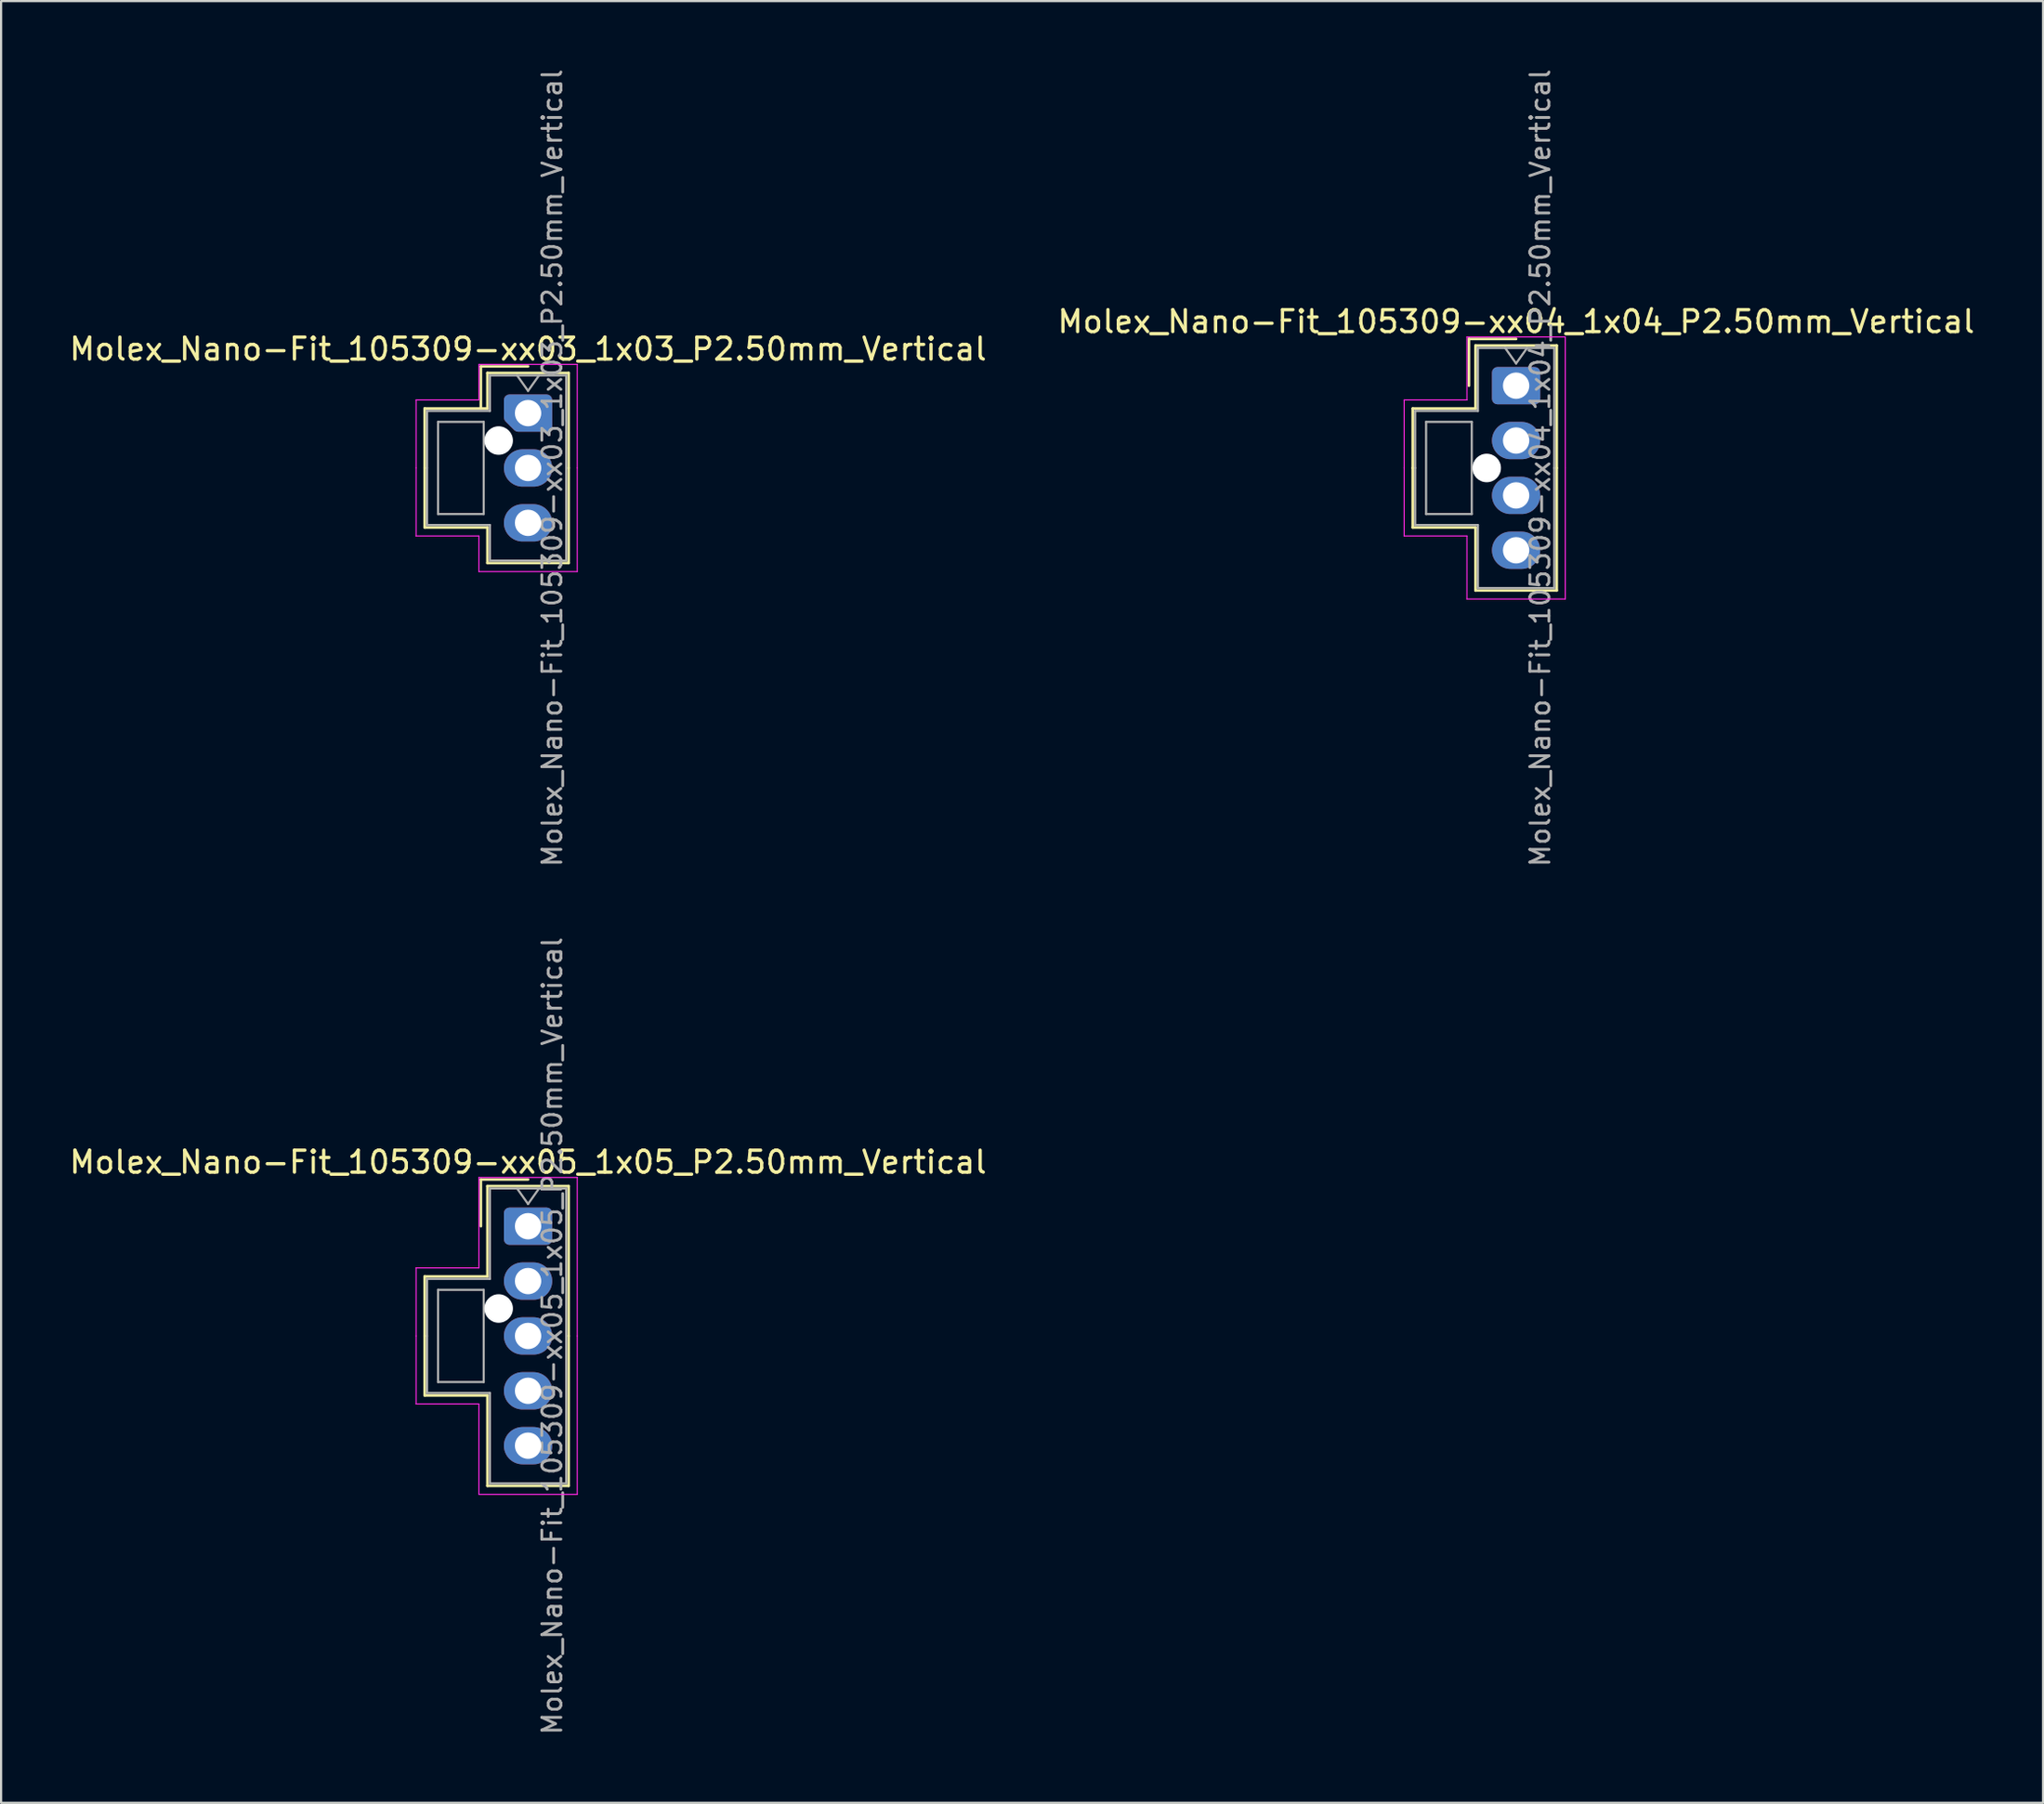
<source format=kicad_pcb>
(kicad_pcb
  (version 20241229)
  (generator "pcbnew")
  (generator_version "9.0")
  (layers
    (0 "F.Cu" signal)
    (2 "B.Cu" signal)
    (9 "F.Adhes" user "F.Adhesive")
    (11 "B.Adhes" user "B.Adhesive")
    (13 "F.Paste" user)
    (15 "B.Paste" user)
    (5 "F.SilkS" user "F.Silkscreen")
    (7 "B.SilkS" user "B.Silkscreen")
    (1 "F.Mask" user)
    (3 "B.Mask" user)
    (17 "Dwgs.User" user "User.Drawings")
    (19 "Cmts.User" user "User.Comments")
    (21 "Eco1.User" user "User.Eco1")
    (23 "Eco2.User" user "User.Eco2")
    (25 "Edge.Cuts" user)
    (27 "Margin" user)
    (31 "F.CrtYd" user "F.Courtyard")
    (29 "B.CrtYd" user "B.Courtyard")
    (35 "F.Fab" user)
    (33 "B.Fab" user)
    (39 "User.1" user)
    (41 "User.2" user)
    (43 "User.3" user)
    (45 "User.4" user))
  (footprint "Molex_Nano-Fit_105309-xx05_1x05_P2.50mm_Vertical"
    (layer "F.Cu")
    (at 21.006 52.823)
    (property "Reference" "Molex_Nano-Fit_105309-xx05_1x05_P2.50mm_Vertical" (at 0 -2.92 0) (layer "F.SilkS") (effects (font (size 1 1) (thickness 0.15))))
    (attr through_hole)
    (fp_line (start -4.71 2.29) (end -4.71 5) (stroke (width 0.12) (type solid)) (layer "F.SilkS"))
    (fp_line (start -4.71 7.71) (end -4.71 5) (stroke (width 0.12) (type solid)) (layer "F.SilkS"))
    (fp_line (start -2.15 -2.13) (end -2.15 0) (stroke (width 0.12) (type solid)) (layer "F.SilkS"))
    (fp_line (start -1.85 -1.83) (end -1.85 2.29) (stroke (width 0.12) (type solid)) (layer "F.SilkS"))
    (fp_line (start -1.85 2.29) (end -4.71 2.29) (stroke (width 0.12) (type solid)) (layer "F.SilkS"))
    (fp_line (start -1.85 7.71) (end -4.71 7.71) (stroke (width 0.12) (type solid)) (layer "F.SilkS"))
    (fp_line (start -1.85 11.83) (end -1.85 7.71) (stroke (width 0.12) (type solid)) (layer "F.SilkS"))
    (fp_line (start 0 -2.13) (end -2.15 -2.13) (stroke (width 0.12) (type solid)) (layer "F.SilkS"))
    (fp_line (start 1.85 -1.83) (end -1.85 -1.83) (stroke (width 0.12) (type solid)) (layer "F.SilkS"))
    (fp_line (start 1.85 5) (end 1.85 -1.83) (stroke (width 0.12) (type solid)) (layer "F.SilkS"))
    (fp_line (start 1.85 5) (end 1.85 11.83) (stroke (width 0.12) (type solid)) (layer "F.SilkS"))
    (fp_line (start 1.85 11.83) (end -1.85 11.83) (stroke (width 0.12) (type solid)) (layer "F.SilkS"))
    (fp_line (start -5.1 1.9) (end -5.1 5) (stroke (width 0.05) (type solid)) (layer "F.CrtYd"))
    (fp_line (start -5.1 8.1) (end -5.1 5) (stroke (width 0.05) (type solid)) (layer "F.CrtYd"))
    (fp_line (start -2.24 -2.22) (end -2.24 1.9) (stroke (width 0.05) (type solid)) (layer "F.CrtYd"))
    (fp_line (start -2.24 1.9) (end -5.1 1.9) (stroke (width 0.05) (type solid)) (layer "F.CrtYd"))
    (fp_line (start -2.24 8.1) (end -5.1 8.1) (stroke (width 0.05) (type solid)) (layer "F.CrtYd"))
    (fp_line (start -2.24 12.22) (end -2.24 8.1) (stroke (width 0.05) (type solid)) (layer "F.CrtYd"))
    (fp_line (start 2.24 -2.22) (end -2.24 -2.22) (stroke (width 0.05) (type solid)) (layer "F.CrtYd"))
    (fp_line (start 2.24 5) (end 2.24 -2.22) (stroke (width 0.05) (type solid)) (layer "F.CrtYd"))
    (fp_line (start 2.24 5) (end 2.24 12.22) (stroke (width 0.05) (type solid)) (layer "F.CrtYd"))
    (fp_line (start 2.24 12.22) (end -2.24 12.22) (stroke (width 0.05) (type solid)) (layer "F.CrtYd"))
    (fp_line (start -4.6 2.4) (end -4.6 5) (stroke (width 0.1) (type solid)) (layer "F.Fab"))
    (fp_line (start -4.6 7.6) (end -4.6 5) (stroke (width 0.1) (type solid)) (layer "F.Fab"))
    (fp_line (start -4.1 2.9) (end -4.1 7.1) (stroke (width 0.1) (type solid)) (layer "F.Fab"))
    (fp_line (start -4.1 7.1) (end -2.02 7.1) (stroke (width 0.1) (type solid)) (layer "F.Fab"))
    (fp_line (start -2.02 2.9) (end -4.1 2.9) (stroke (width 0.1) (type solid)) (layer "F.Fab"))
    (fp_line (start -2.02 7.1) (end -2.02 2.9) (stroke (width 0.1) (type solid)) (layer "F.Fab"))
    (fp_line (start -1.74 -1.72) (end -1.74 2.4) (stroke (width 0.1) (type solid)) (layer "F.Fab"))
    (fp_line (start -1.74 2.4) (end -4.6 2.4) (stroke (width 0.1) (type solid)) (layer "F.Fab"))
    (fp_line (start -1.74 7.6) (end -4.6 7.6) (stroke (width 0.1) (type solid)) (layer "F.Fab"))
    (fp_line (start -1.74 11.72) (end -1.74 7.6) (stroke (width 0.1) (type solid)) (layer "F.Fab"))
    (fp_line (start -0.5 -1.72) (end 0 -1.013) (stroke (width 0.1) (type solid)) (layer "F.Fab"))
    (fp_line (start 0 -1.013) (end 0.5 -1.72) (stroke (width 0.1) (type solid)) (layer "F.Fab"))
    (fp_line (start 1.74 -1.72) (end -1.74 -1.72) (stroke (width 0.1) (type solid)) (layer "F.Fab"))
    (fp_line (start 1.74 5) (end 1.74 -1.72) (stroke (width 0.1) (type solid)) (layer "F.Fab"))
    (fp_line (start 1.74 5) (end 1.74 11.72) (stroke (width 0.1) (type solid)) (layer "F.Fab"))
    (fp_line (start 1.74 11.72) (end -1.74 11.72) (stroke (width 0.1) (type solid)) (layer "F.Fab"))
    (fp_text user "${REFERENCE}" (at 1.1 5 90) (layer "F.Fab") (effects (font (size 0.87 0.87) (thickness 0.13))))
    (pad "" np_thru_hole circle (at -1.34 3.75) (size 1.3 1.3) (drill 1.3) (layers "*.Cu" "*.Mask"))
    (pad "1" thru_hole roundrect (at 0 0) (size 2.2 1.7) (drill 1.2) (layers "*.Cu" "*.Mask") (roundrect_rratio 0.147))
    (pad "2" thru_hole oval (at 0 2.5) (size 2.2 1.7) (drill 1.2) (layers "*.Cu" "*.Mask"))
    (pad "3" thru_hole oval (at 0 5) (size 2.2 1.7) (drill 1.2) (layers "*.Cu" "*.Mask"))
    (pad "4" thru_hole oval (at 0 7.5) (size 2.2 1.7) (drill 1.2) (layers "*.Cu" "*.Mask"))
    (pad "5" thru_hole oval (at 0 10) (size 2.2 1.7) (drill 1.2) (layers "*.Cu" "*.Mask")))
  (footprint "Molex_Nano-Fit_105309-xx04_1x04_P2.50mm_Vertical"
    (layer "F.Cu")
    (at 66.018 14.524)
    (property "Reference" "Molex_Nano-Fit_105309-xx04_1x04_P2.50mm_Vertical" (at 0 -2.92 0) (layer "F.SilkS") (effects (font (size 1 1) (thickness 0.15))))
    (attr through_hole)
    (fp_line (start -4.71 1.04) (end -4.71 3.75) (stroke (width 0.12) (type solid)) (layer "F.SilkS"))
    (fp_line (start -4.71 6.46) (end -4.71 3.75) (stroke (width 0.12) (type solid)) (layer "F.SilkS"))
    (fp_line (start -2.15 -2.13) (end -2.15 0) (stroke (width 0.12) (type solid)) (layer "F.SilkS"))
    (fp_line (start -1.85 -1.83) (end -1.85 1.04) (stroke (width 0.12) (type solid)) (layer "F.SilkS"))
    (fp_line (start -1.85 1.04) (end -4.71 1.04) (stroke (width 0.12) (type solid)) (layer "F.SilkS"))
    (fp_line (start -1.85 6.46) (end -4.71 6.46) (stroke (width 0.12) (type solid)) (layer "F.SilkS"))
    (fp_line (start -1.85 9.33) (end -1.85 6.46) (stroke (width 0.12) (type solid)) (layer "F.SilkS"))
    (fp_line (start 0 -2.13) (end -2.15 -2.13) (stroke (width 0.12) (type solid)) (layer "F.SilkS"))
    (fp_line (start 1.85 -1.83) (end -1.85 -1.83) (stroke (width 0.12) (type solid)) (layer "F.SilkS"))
    (fp_line (start 1.85 3.75) (end 1.85 -1.83) (stroke (width 0.12) (type solid)) (layer "F.SilkS"))
    (fp_line (start 1.85 3.75) (end 1.85 9.33) (stroke (width 0.12) (type solid)) (layer "F.SilkS"))
    (fp_line (start 1.85 9.33) (end -1.85 9.33) (stroke (width 0.12) (type solid)) (layer "F.SilkS"))
    (fp_line (start -5.1 0.65) (end -5.1 3.75) (stroke (width 0.05) (type solid)) (layer "F.CrtYd"))
    (fp_line (start -5.1 6.85) (end -5.1 3.75) (stroke (width 0.05) (type solid)) (layer "F.CrtYd"))
    (fp_line (start -2.24 -2.22) (end -2.24 0.65) (stroke (width 0.05) (type solid)) (layer "F.CrtYd"))
    (fp_line (start -2.24 0.65) (end -5.1 0.65) (stroke (width 0.05) (type solid)) (layer "F.CrtYd"))
    (fp_line (start -2.24 6.85) (end -5.1 6.85) (stroke (width 0.05) (type solid)) (layer "F.CrtYd"))
    (fp_line (start -2.24 9.72) (end -2.24 6.85) (stroke (width 0.05) (type solid)) (layer "F.CrtYd"))
    (fp_line (start 2.24 -2.22) (end -2.24 -2.22) (stroke (width 0.05) (type solid)) (layer "F.CrtYd"))
    (fp_line (start 2.24 3.75) (end 2.24 -2.22) (stroke (width 0.05) (type solid)) (layer "F.CrtYd"))
    (fp_line (start 2.24 3.75) (end 2.24 9.72) (stroke (width 0.05) (type solid)) (layer "F.CrtYd"))
    (fp_line (start 2.24 9.72) (end -2.24 9.72) (stroke (width 0.05) (type solid)) (layer "F.CrtYd"))
    (fp_line (start -4.6 1.15) (end -4.6 3.75) (stroke (width 0.1) (type solid)) (layer "F.Fab"))
    (fp_line (start -4.6 6.35) (end -4.6 3.75) (stroke (width 0.1) (type solid)) (layer "F.Fab"))
    (fp_line (start -4.1 1.65) (end -4.1 5.85) (stroke (width 0.1) (type solid)) (layer "F.Fab"))
    (fp_line (start -4.1 5.85) (end -2.02 5.85) (stroke (width 0.1) (type solid)) (layer "F.Fab"))
    (fp_line (start -2.02 1.65) (end -4.1 1.65) (stroke (width 0.1) (type solid)) (layer "F.Fab"))
    (fp_line (start -2.02 5.85) (end -2.02 1.65) (stroke (width 0.1) (type solid)) (layer "F.Fab"))
    (fp_line (start -1.74 -1.72) (end -1.74 1.15) (stroke (width 0.1) (type solid)) (layer "F.Fab"))
    (fp_line (start -1.74 1.15) (end -4.6 1.15) (stroke (width 0.1) (type solid)) (layer "F.Fab"))
    (fp_line (start -1.74 6.35) (end -4.6 6.35) (stroke (width 0.1) (type solid)) (layer "F.Fab"))
    (fp_line (start -1.74 9.22) (end -1.74 6.35) (stroke (width 0.1) (type solid)) (layer "F.Fab"))
    (fp_line (start -0.5 -1.72) (end 0 -1.013) (stroke (width 0.1) (type solid)) (layer "F.Fab"))
    (fp_line (start 0 -1.013) (end 0.5 -1.72) (stroke (width 0.1) (type solid)) (layer "F.Fab"))
    (fp_line (start 1.74 -1.72) (end -1.74 -1.72) (stroke (width 0.1) (type solid)) (layer "F.Fab"))
    (fp_line (start 1.74 3.75) (end 1.74 -1.72) (stroke (width 0.1) (type solid)) (layer "F.Fab"))
    (fp_line (start 1.74 3.75) (end 1.74 9.22) (stroke (width 0.1) (type solid)) (layer "F.Fab"))
    (fp_line (start 1.74 9.22) (end -1.74 9.22) (stroke (width 0.1) (type solid)) (layer "F.Fab"))
    (fp_text user "${REFERENCE}" (at 1.1 3.75 90) (layer "F.Fab") (effects (font (size 0.87 0.87) (thickness 0.13))))
    (pad "" np_thru_hole circle (at -1.34 3.75) (size 1.3 1.3) (drill 1.3) (layers "*.Cu" "*.Mask"))
    (pad "1" thru_hole roundrect (at 0 0) (size 2.2 1.7) (drill 1.2) (layers "*.Cu" "*.Mask") (roundrect_rratio 0.147))
    (pad "2" thru_hole oval (at 0 2.5) (size 2.2 1.7) (drill 1.2) (layers "*.Cu" "*.Mask"))
    (pad "3" thru_hole oval (at 0 5) (size 2.2 1.7) (drill 1.2) (layers "*.Cu" "*.Mask"))
    (pad "4" thru_hole oval (at 0 7.5) (size 2.2 1.7) (drill 1.2) (layers "*.Cu" "*.Mask")))
  (footprint "Molex_Nano-Fit_105309-xx03_1x03_P2.50mm_Vertical"
    (layer "F.Cu")
    (at 21.006 15.774)
    (property "Reference" "Molex_Nano-Fit_105309-xx03_1x03_P2.50mm_Vertical" (at 0 -2.92 0) (layer "F.SilkS") (effects (font (size 1 1) (thickness 0.15))))
    (attr through_hole)
    (fp_line (start -4.71 -0.21) (end -4.71 2.5) (stroke (width 0.12) (type solid)) (layer "F.SilkS"))
    (fp_line (start -4.71 5.21) (end -4.71 2.5) (stroke (width 0.12) (type solid)) (layer "F.SilkS"))
    (fp_line (start -2.15 -2.13) (end -2.15 -0.21) (stroke (width 0.12) (type solid)) (layer "F.SilkS"))
    (fp_line (start -1.85 -1.83) (end -1.85 -0.21) (stroke (width 0.12) (type solid)) (layer "F.SilkS"))
    (fp_line (start -1.85 -0.21) (end -4.71 -0.21) (stroke (width 0.12) (type solid)) (layer "F.SilkS"))
    (fp_line (start -1.85 5.21) (end -4.71 5.21) (stroke (width 0.12) (type solid)) (layer "F.SilkS"))
    (fp_line (start -1.85 6.83) (end -1.85 5.21) (stroke (width 0.12) (type solid)) (layer "F.SilkS"))
    (fp_line (start 0 -2.13) (end -2.15 -2.13) (stroke (width 0.12) (type solid)) (layer "F.SilkS"))
    (fp_line (start 1.85 -1.83) (end -1.85 -1.83) (stroke (width 0.12) (type solid)) (layer "F.SilkS"))
    (fp_line (start 1.85 2.5) (end 1.85 -1.83) (stroke (width 0.12) (type solid)) (layer "F.SilkS"))
    (fp_line (start 1.85 2.5) (end 1.85 6.83) (stroke (width 0.12) (type solid)) (layer "F.SilkS"))
    (fp_line (start 1.85 6.83) (end -1.85 6.83) (stroke (width 0.12) (type solid)) (layer "F.SilkS"))
    (fp_line (start -5.1 -0.6) (end -5.1 2.5) (stroke (width 0.05) (type solid)) (layer "F.CrtYd"))
    (fp_line (start -5.1 5.6) (end -5.1 2.5) (stroke (width 0.05) (type solid)) (layer "F.CrtYd"))
    (fp_line (start -2.24 -2.22) (end -2.24 -0.6) (stroke (width 0.05) (type solid)) (layer "F.CrtYd"))
    (fp_line (start -2.24 -0.6) (end -5.1 -0.6) (stroke (width 0.05) (type solid)) (layer "F.CrtYd"))
    (fp_line (start -2.24 5.6) (end -5.1 5.6) (stroke (width 0.05) (type solid)) (layer "F.CrtYd"))
    (fp_line (start -2.24 7.22) (end -2.24 5.6) (stroke (width 0.05) (type solid)) (layer "F.CrtYd"))
    (fp_line (start 2.24 -2.22) (end -2.24 -2.22) (stroke (width 0.05) (type solid)) (layer "F.CrtYd"))
    (fp_line (start 2.24 2.5) (end 2.24 -2.22) (stroke (width 0.05) (type solid)) (layer "F.CrtYd"))
    (fp_line (start 2.24 2.5) (end 2.24 7.22) (stroke (width 0.05) (type solid)) (layer "F.CrtYd"))
    (fp_line (start 2.24 7.22) (end -2.24 7.22) (stroke (width 0.05) (type solid)) (layer "F.CrtYd"))
    (fp_line (start -4.6 -0.1) (end -4.6 2.5) (stroke (width 0.1) (type solid)) (layer "F.Fab"))
    (fp_line (start -4.6 5.1) (end -4.6 2.5) (stroke (width 0.1) (type solid)) (layer "F.Fab"))
    (fp_line (start -4.1 0.4) (end -4.1 4.6) (stroke (width 0.1) (type solid)) (layer "F.Fab"))
    (fp_line (start -4.1 4.6) (end -2.02 4.6) (stroke (width 0.1) (type solid)) (layer "F.Fab"))
    (fp_line (start -2.02 0.4) (end -4.1 0.4) (stroke (width 0.1) (type solid)) (layer "F.Fab"))
    (fp_line (start -2.02 4.6) (end -2.02 0.4) (stroke (width 0.1) (type solid)) (layer "F.Fab"))
    (fp_line (start -1.74 -1.72) (end -1.74 -0.1) (stroke (width 0.1) (type solid)) (layer "F.Fab"))
    (fp_line (start -1.74 -0.1) (end -4.6 -0.1) (stroke (width 0.1) (type solid)) (layer "F.Fab"))
    (fp_line (start -1.74 5.1) (end -4.6 5.1) (stroke (width 0.1) (type solid)) (layer "F.Fab"))
    (fp_line (start -1.74 6.72) (end -1.74 5.1) (stroke (width 0.1) (type solid)) (layer "F.Fab"))
    (fp_line (start -0.5 -1.72) (end 0 -1.013) (stroke (width 0.1) (type solid)) (layer "F.Fab"))
    (fp_line (start 0 -1.013) (end 0.5 -1.72) (stroke (width 0.1) (type solid)) (layer "F.Fab"))
    (fp_line (start 1.74 -1.72) (end -1.74 -1.72) (stroke (width 0.1) (type solid)) (layer "F.Fab"))
    (fp_line (start 1.74 2.5) (end 1.74 -1.72) (stroke (width 0.1) (type solid)) (layer "F.Fab"))
    (fp_line (start 1.74 2.5) (end 1.74 6.72) (stroke (width 0.1) (type solid)) (layer "F.Fab"))
    (fp_line (start 1.74 6.72) (end -1.74 6.72) (stroke (width 0.1) (type solid)) (layer "F.Fab"))
    (fp_text user "${REFERENCE}" (at 1.1 2.5 90) (layer "F.Fab") (effects (font (size 0.87 0.87) (thickness 0.13))))
    (pad "" np_thru_hole circle (at -1.34 1.25) (size 1.3 1.3) (drill 1.3) (layers "*.Cu" "*.Mask"))
    (pad "1" thru_hole custom (at 0 0) (size 1.417 1.417) (drill 1.2) (layers "*.Cu" "*.Mask") (options (anchor circle)) (primitives (gr_poly (pts (xy -0.85 -0.6) (xy 0.85 -0.6) (xy 0.85 0.6) (xy -0.45 0.6) (xy -0.85 0.2)) (width 0.5) (fill yes))))
    (pad "2" thru_hole oval (at 0 2.5) (size 2.2 1.7) (drill 1.2) (layers "*.Cu" "*.Mask"))
    (pad "3" thru_hole oval (at 0 5) (size 2.2 1.7) (drill 1.2) (layers "*.Cu" "*.Mask")))
  (gr_rect
    (start -3 -3)
    (end 90.024 79.098)
    (stroke (width 0.1) (type default))
    (fill no)
    (layer "Edge.Cuts")))
</source>
